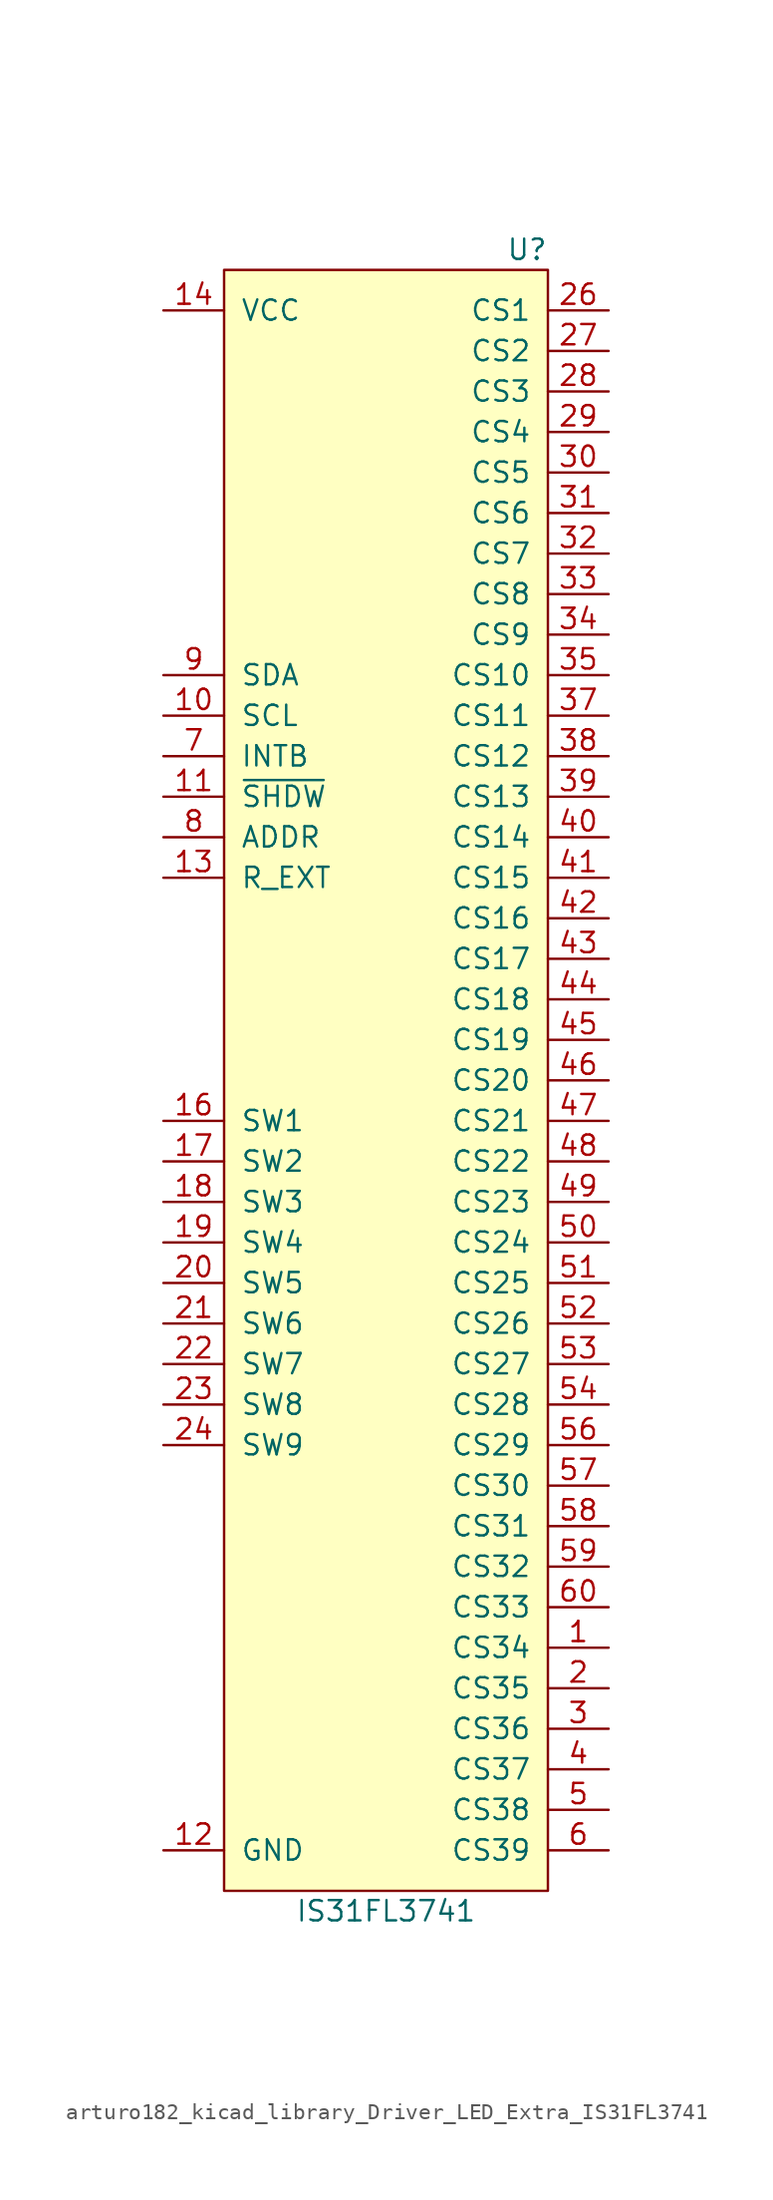
<source format=kicad_sym>
(kicad_symbol_lib
  (version 20220914)
  (generator kicad_symbol_editor)
  (symbol "arturo182_kicad_library_Driver_LED_Extra_IS31FL3741"
    (pin_names
      (offset 1.016))
    (property "Reference" "U"
      (at 10.16 49.53 0)
      (effects (font (size 1.27 1.27)) (justify right)))
    (property "Value" "IS31FL3741"
      (at 0 -54.61 0)
      (effects (font (size 1.27 1.27))))
    (symbol "arturo182_kicad_library_Driver_LED_Extra_IS31FL3741_0_1"
      (rectangle (start -10.16 48.26) (end 10.16 -53.34) (stroke (width 0) (type solid)) (fill (type background))))
    (symbol "arturo182_kicad_library_Driver_LED_Extra_IS31FL3741_1_1"
      (pin input line (at 13.97 -38.1 180) (length 3.81) (name "CS34" (effects (font (size 1.27 1.27)))) (number "1" (effects (font (size 1.27 1.27)))))
      (pin input line (at -13.97 20.32 0) (length 3.81) (name "SCL" (effects (font (size 1.27 1.27)))) (number "10" (effects (font (size 1.27 1.27)))))
      (pin input line (at -13.97 15.24 0) (length 3.81) (name "~{SHDW}" (effects (font (size 1.27 1.27)))) (number "11" (effects (font (size 1.27 1.27)))))
      (pin power_in line (at -13.97 -50.8 0) (length 3.81) (name "GND" (effects (font (size 1.27 1.27)))) (number "12" (effects (font (size 1.27 1.27)))))
      (pin input line (at -13.97 10.16 0) (length 3.81) (name "R_EXT" (effects (font (size 1.27 1.27)))) (number "13" (effects (font (size 1.27 1.27)))))
      (pin power_in line (at -13.97 45.72 0) (length 3.81) (name "VCC" (effects (font (size 1.27 1.27)))) (number "14" (effects (font (size 1.27 1.27)))))
      (pin passive line (at -13.97 45.72 0) (length 3.81) hide (name "VCC" (effects (font (size 1.27 1.27)))) (number "15" (effects (font (size 1.27 1.27)))))
      (pin input line (at -13.97 -5.08 0) (length 3.81) (name "SW1" (effects (font (size 1.27 1.27)))) (number "16" (effects (font (size 1.27 1.27)))))
      (pin input line (at -13.97 -7.62 0) (length 3.81) (name "SW2" (effects (font (size 1.27 1.27)))) (number "17" (effects (font (size 1.27 1.27)))))
      (pin input line (at -13.97 -10.16 0) (length 3.81) (name "SW3" (effects (font (size 1.27 1.27)))) (number "18" (effects (font (size 1.27 1.27)))))
      (pin input line (at -13.97 -12.7 0) (length 3.81) (name "SW4" (effects (font (size 1.27 1.27)))) (number "19" (effects (font (size 1.27 1.27)))))
      (pin input line (at 13.97 -40.64 180) (length 3.81) (name "CS35" (effects (font (size 1.27 1.27)))) (number "2" (effects (font (size 1.27 1.27)))))
      (pin input line (at -13.97 -15.24 0) (length 3.81) (name "SW5" (effects (font (size 1.27 1.27)))) (number "20" (effects (font (size 1.27 1.27)))))
      (pin input line (at -13.97 -17.78 0) (length 3.81) (name "SW6" (effects (font (size 1.27 1.27)))) (number "21" (effects (font (size 1.27 1.27)))))
      (pin input line (at -13.97 -20.32 0) (length 3.81) (name "SW7" (effects (font (size 1.27 1.27)))) (number "22" (effects (font (size 1.27 1.27)))))
      (pin input line (at -13.97 -22.86 0) (length 3.81) (name "SW8" (effects (font (size 1.27 1.27)))) (number "23" (effects (font (size 1.27 1.27)))))
      (pin input line (at -13.97 -25.4 0) (length 3.81) (name "SW9" (effects (font (size 1.27 1.27)))) (number "24" (effects (font (size 1.27 1.27)))))
      (pin passive line (at -13.97 45.72 0) (length 3.81) hide (name "VCC" (effects (font (size 1.27 1.27)))) (number "25" (effects (font (size 1.27 1.27)))))
      (pin input line (at 13.97 45.72 180) (length 3.81) (name "CS1" (effects (font (size 1.27 1.27)))) (number "26" (effects (font (size 1.27 1.27)))))
      (pin input line (at 13.97 43.18 180) (length 3.81) (name "CS2" (effects (font (size 1.27 1.27)))) (number "27" (effects (font (size 1.27 1.27)))))
      (pin input line (at 13.97 40.64 180) (length 3.81) (name "CS3" (effects (font (size 1.27 1.27)))) (number "28" (effects (font (size 1.27 1.27)))))
      (pin input line (at 13.97 38.1 180) (length 3.81) (name "CS4" (effects (font (size 1.27 1.27)))) (number "29" (effects (font (size 1.27 1.27)))))
      (pin input line (at 13.97 -43.18 180) (length 3.81) (name "CS36" (effects (font (size 1.27 1.27)))) (number "3" (effects (font (size 1.27 1.27)))))
      (pin input line (at 13.97 35.56 180) (length 3.81) (name "CS5" (effects (font (size 1.27 1.27)))) (number "30" (effects (font (size 1.27 1.27)))))
      (pin input line (at 13.97 33.02 180) (length 3.81) (name "CS6" (effects (font (size 1.27 1.27)))) (number "31" (effects (font (size 1.27 1.27)))))
      (pin input line (at 13.97 30.48 180) (length 3.81) (name "CS7" (effects (font (size 1.27 1.27)))) (number "32" (effects (font (size 1.27 1.27)))))
      (pin input line (at 13.97 27.94 180) (length 3.81) (name "CS8" (effects (font (size 1.27 1.27)))) (number "33" (effects (font (size 1.27 1.27)))))
      (pin input line (at 13.97 25.4 180) (length 3.81) (name "CS9" (effects (font (size 1.27 1.27)))) (number "34" (effects (font (size 1.27 1.27)))))
      (pin input line (at 13.97 22.86 180) (length 3.81) (name "CS10" (effects (font (size 1.27 1.27)))) (number "35" (effects (font (size 1.27 1.27)))))
      (pin passive line (at -13.97 -50.8 0) (length 3.81) hide (name "GND" (effects (font (size 1.27 1.27)))) (number "36" (effects (font (size 1.27 1.27)))))
      (pin input line (at 13.97 20.32 180) (length 3.81) (name "CS11" (effects (font (size 1.27 1.27)))) (number "37" (effects (font (size 1.27 1.27)))))
      (pin input line (at 13.97 17.78 180) (length 3.81) (name "CS12" (effects (font (size 1.27 1.27)))) (number "38" (effects (font (size 1.27 1.27)))))
      (pin input line (at 13.97 15.24 180) (length 3.81) (name "CS13" (effects (font (size 1.27 1.27)))) (number "39" (effects (font (size 1.27 1.27)))))
      (pin input line (at 13.97 -45.72 180) (length 3.81) (name "CS37" (effects (font (size 1.27 1.27)))) (number "4" (effects (font (size 1.27 1.27)))))
      (pin input line (at 13.97 12.7 180) (length 3.81) (name "CS14" (effects (font (size 1.27 1.27)))) (number "40" (effects (font (size 1.27 1.27)))))
      (pin input line (at 13.97 10.16 180) (length 3.81) (name "CS15" (effects (font (size 1.27 1.27)))) (number "41" (effects (font (size 1.27 1.27)))))
      (pin input line (at 13.97 7.62 180) (length 3.81) (name "CS16" (effects (font (size 1.27 1.27)))) (number "42" (effects (font (size 1.27 1.27)))))
      (pin input line (at 13.97 5.08 180) (length 3.81) (name "CS17" (effects (font (size 1.27 1.27)))) (number "43" (effects (font (size 1.27 1.27)))))
      (pin input line (at 13.97 2.54 180) (length 3.81) (name "CS18" (effects (font (size 1.27 1.27)))) (number "44" (effects (font (size 1.27 1.27)))))
      (pin input line (at 13.97 0 180) (length 3.81) (name "CS19" (effects (font (size 1.27 1.27)))) (number "45" (effects (font (size 1.27 1.27)))))
      (pin input line (at 13.97 -2.54 180) (length 3.81) (name "CS20" (effects (font (size 1.27 1.27)))) (number "46" (effects (font (size 1.27 1.27)))))
      (pin input line (at 13.97 -5.08 180) (length 3.81) (name "CS21" (effects (font (size 1.27 1.27)))) (number "47" (effects (font (size 1.27 1.27)))))
      (pin input line (at 13.97 -7.62 180) (length 3.81) (name "CS22" (effects (font (size 1.27 1.27)))) (number "48" (effects (font (size 1.27 1.27)))))
      (pin input line (at 13.97 -10.16 180) (length 3.81) (name "CS23" (effects (font (size 1.27 1.27)))) (number "49" (effects (font (size 1.27 1.27)))))
      (pin input line (at 13.97 -48.26 180) (length 3.81) (name "CS38" (effects (font (size 1.27 1.27)))) (number "5" (effects (font (size 1.27 1.27)))))
      (pin input line (at 13.97 -12.7 180) (length 3.81) (name "CS24" (effects (font (size 1.27 1.27)))) (number "50" (effects (font (size 1.27 1.27)))))
      (pin input line (at 13.97 -15.24 180) (length 3.81) (name "CS25" (effects (font (size 1.27 1.27)))) (number "51" (effects (font (size 1.27 1.27)))))
      (pin input line (at 13.97 -17.78 180) (length 3.81) (name "CS26" (effects (font (size 1.27 1.27)))) (number "52" (effects (font (size 1.27 1.27)))))
      (pin input line (at 13.97 -20.32 180) (length 3.81) (name "CS27" (effects (font (size 1.27 1.27)))) (number "53" (effects (font (size 1.27 1.27)))))
      (pin input line (at 13.97 -22.86 180) (length 3.81) (name "CS28" (effects (font (size 1.27 1.27)))) (number "54" (effects (font (size 1.27 1.27)))))
      (pin passive line (at -13.97 -50.8 0) (length 3.81) hide (name "GND" (effects (font (size 1.27 1.27)))) (number "55" (effects (font (size 1.27 1.27)))))
      (pin input line (at 13.97 -25.4 180) (length 3.81) (name "CS29" (effects (font (size 1.27 1.27)))) (number "56" (effects (font (size 1.27 1.27)))))
      (pin input line (at 13.97 -27.94 180) (length 3.81) (name "CS30" (effects (font (size 1.27 1.27)))) (number "57" (effects (font (size 1.27 1.27)))))
      (pin input line (at 13.97 -30.48 180) (length 3.81) (name "CS31" (effects (font (size 1.27 1.27)))) (number "58" (effects (font (size 1.27 1.27)))))
      (pin input line (at 13.97 -33.02 180) (length 3.81) (name "CS32" (effects (font (size 1.27 1.27)))) (number "59" (effects (font (size 1.27 1.27)))))
      (pin input line (at 13.97 -50.8 180) (length 3.81) (name "CS39" (effects (font (size 1.27 1.27)))) (number "6" (effects (font (size 1.27 1.27)))))
      (pin input line (at 13.97 -35.56 180) (length 3.81) (name "CS33" (effects (font (size 1.27 1.27)))) (number "60" (effects (font (size 1.27 1.27)))))
      (pin passive line (at -13.97 -50.8 0) (length 3.81) hide (name "GND" (effects (font (size 1.27 1.27)))) (number "61" (effects (font (size 1.27 1.27)))))
      (pin output line (at -13.97 17.78 0) (length 3.81) (name "INTB" (effects (font (size 1.27 1.27)))) (number "7" (effects (font (size 1.27 1.27)))))
      (pin input line (at -13.97 12.7 0) (length 3.81) (name "ADDR" (effects (font (size 1.27 1.27)))) (number "8" (effects (font (size 1.27 1.27)))))
      (pin bidirectional line (at -13.97 22.86 0) (length 3.81) (name "SDA" (effects (font (size 1.27 1.27)))) (number "9" (effects (font (size 1.27 1.27))))))))
</source>
